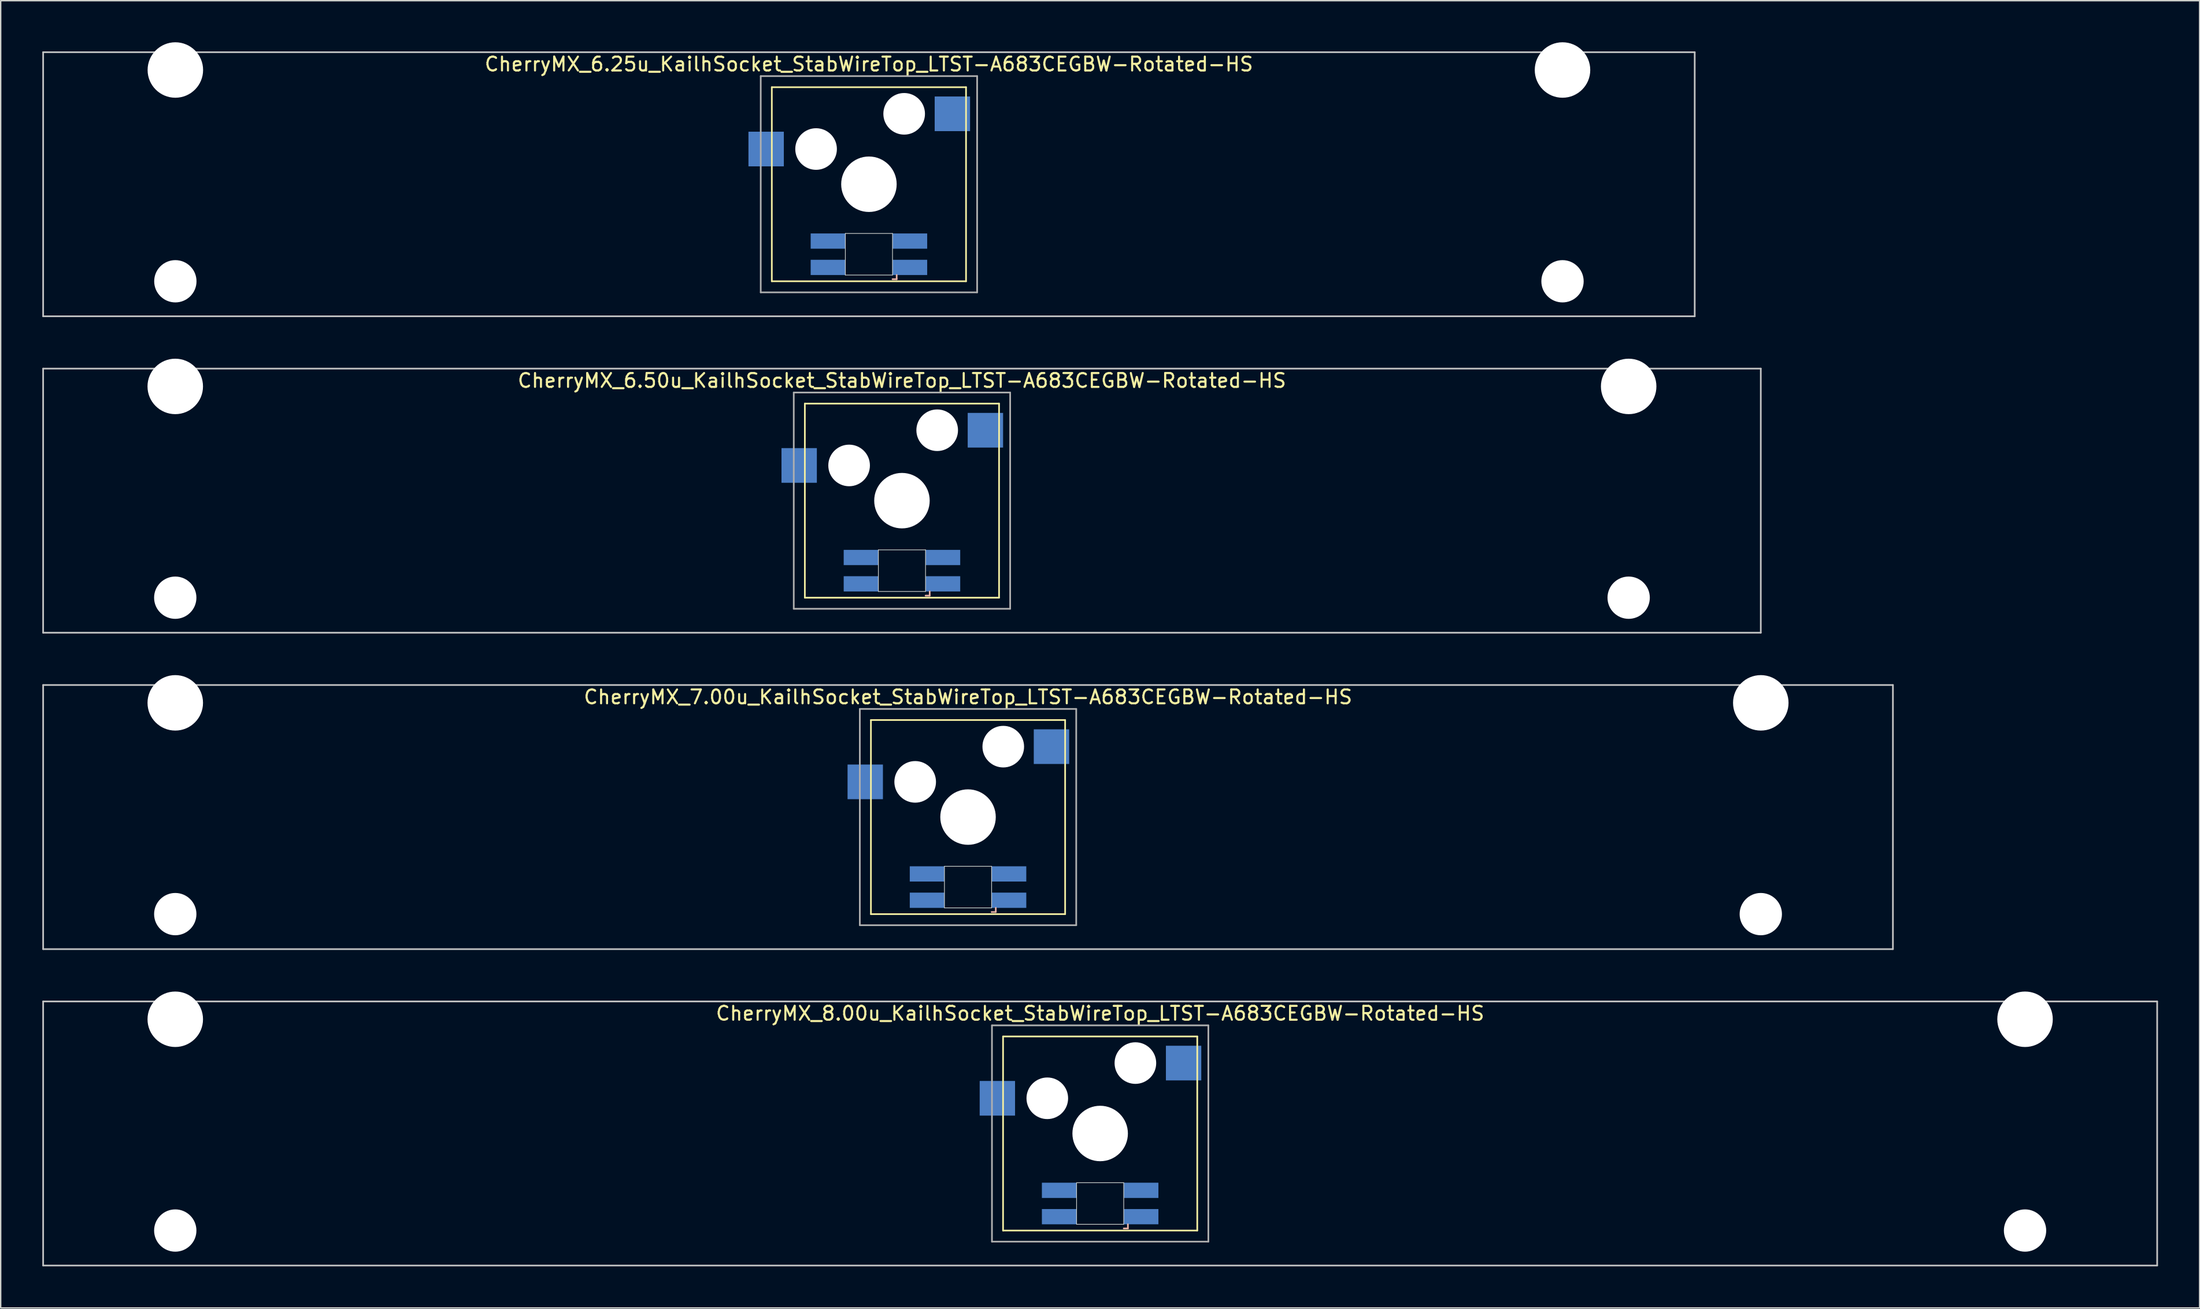
<source format=kicad_pcb>
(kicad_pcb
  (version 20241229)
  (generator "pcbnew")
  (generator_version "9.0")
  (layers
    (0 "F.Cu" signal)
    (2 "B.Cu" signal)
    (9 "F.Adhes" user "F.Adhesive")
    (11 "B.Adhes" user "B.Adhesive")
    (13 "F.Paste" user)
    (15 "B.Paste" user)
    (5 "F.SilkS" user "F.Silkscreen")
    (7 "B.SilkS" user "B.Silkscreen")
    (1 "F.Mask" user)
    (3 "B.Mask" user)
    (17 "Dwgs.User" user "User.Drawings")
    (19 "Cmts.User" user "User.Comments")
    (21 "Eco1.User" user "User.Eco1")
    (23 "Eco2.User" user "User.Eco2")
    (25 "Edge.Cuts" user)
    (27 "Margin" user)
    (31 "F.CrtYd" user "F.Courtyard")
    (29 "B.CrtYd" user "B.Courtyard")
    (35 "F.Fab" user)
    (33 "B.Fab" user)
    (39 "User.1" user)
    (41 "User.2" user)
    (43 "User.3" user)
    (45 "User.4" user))
  (footprint "CherryMX_8.00u_KailhSocket_StabWireTop_LTST-A683CEGBW-Rotated-HS"
    (layer "F.Cu")
    (at 76.26 78.715)
    (property "Reference" "CherryMX_8.00u_KailhSocket_StabWireTop_LTST-A683CEGBW-Rotated-HS" (at 0 -8.662 0) (layer "F.SilkS") (effects (font (size 1 1) (thickness 0.15))))
    (attr through_hole)
    (fp_line (start -7 -7) (end -7 7) (stroke (width 0.12) (type solid)) (layer "F.SilkS"))
    (fp_line (start -7 -7) (end 7 -7) (stroke (width 0.12) (type solid)) (layer "F.SilkS"))
    (fp_line (start 7 -7) (end 7 7) (stroke (width 0.12) (type solid)) (layer "F.SilkS"))
    (fp_line (start 7 7) (end -7 7) (stroke (width 0.12) (type solid)) (layer "F.SilkS"))
    (fp_line (start 1.7 6.85) (end 2 6.85) (stroke (width 0.12) (type solid)) (layer "B.SilkS"))
    (fp_line (start 2 6.85) (end 2 6.55) (stroke (width 0.12) (type solid)) (layer "B.SilkS"))
    (fp_line (start -76.2 -9.525) (end 76.2 -9.525) (stroke (width 0.12) (type solid)) (layer "Dwgs.User"))
    (fp_line (start -76.2 9.525) (end -76.2 -9.525) (stroke (width 0.12) (type solid)) (layer "Dwgs.User"))
    (fp_line (start 76.2 -9.525) (end 76.2 9.525) (stroke (width 0.12) (type solid)) (layer "Dwgs.User"))
    (fp_line (start 76.2 9.525) (end -76.2 9.525) (stroke (width 0.12) (type solid)) (layer "Dwgs.User"))
    (fp_line (start -1.7 3.55) (end 1.7 3.55) (stroke (width 0.05) (type solid)) (layer "Edge.Cuts"))
    (fp_line (start -1.7 6.55) (end -1.7 3.55) (stroke (width 0.05) (type solid)) (layer "Edge.Cuts"))
    (fp_line (start 1.7 3.55) (end 1.7 6.55) (stroke (width 0.05) (type solid)) (layer "Edge.Cuts"))
    (fp_line (start 1.7 6.55) (end -1.7 6.55) (stroke (width 0.05) (type solid)) (layer "Edge.Cuts"))
    (fp_line (start -7.8 -7.8) (end -7.8 7.8) (stroke (width 0.12) (type solid)) (layer "F.Fab"))
    (fp_line (start -7.8 -7.8) (end 7.8 -7.8) (stroke (width 0.12) (type solid)) (layer "F.Fab"))
    (fp_line (start -7.8 7.8) (end 7.8 7.8) (stroke (width 0.12) (type solid)) (layer "F.Fab"))
    (fp_line (start 7.8 -7.8) (end 7.8 7.8) (stroke (width 0.12) (type solid)) (layer "F.Fab"))
    (pad "" np_thru_hole circle (at -66.675 -8.24) (size 4 4) (drill 4) (layers "*.Cu" "*.Mask"))
    (pad "" np_thru_hole circle (at -66.675 7) (size 3.05 3.05) (drill 3.05) (layers "*.Cu" "*.Mask"))
    (pad "" np_thru_hole circle (at -3.81 -2.54) (size 3 3) (drill 3) (layers "*.Cu" "*.Mask"))
    (pad "" np_thru_hole circle (at 0 0) (size 4 4) (drill 4) (layers "*.Cu" "*.Mask"))
    (pad "" np_thru_hole circle (at 2.54 -5.08) (size 3 3) (drill 3) (layers "*.Cu" "*.Mask"))
    (pad "" np_thru_hole circle (at 66.675 -8.24) (size 4 4) (drill 4) (layers "*.Cu" "*.Mask"))
    (pad "" np_thru_hole circle (at 66.675 7) (size 3.05 3.05) (drill 3.05) (layers "*.Cu" "*.Mask"))
    (pad "1" smd rect (at -7.41 -2.54) (size 2.55 2.5) (layers "B.Cu" "B.Mask" "B.Paste"))
    (pad "2" smd rect (at 6.015 -5.08) (size 2.55 2.5) (layers "B.Cu" "B.Mask" "B.Paste"))
    (pad "3" smd rect (at 2.95 6) (size 2.5 1.1) (layers "B.Cu" "B.Mask" "B.Paste"))
    (pad "4" smd rect (at 2.95 4.1) (size 2.5 1.1) (layers "B.Cu" "B.Mask" "B.Paste"))
    (pad "5" smd rect (at -2.95 6) (size 2.5 1.1) (layers "B.Cu" "B.Mask" "B.Paste"))
    (pad "6" smd rect (at -2.95 4.1) (size 2.5 1.1) (layers "B.Cu" "B.Mask" "B.Paste")))
  (footprint "CherryMX_6.50u_KailhSocket_StabWireTop_LTST-A683CEGBW-Rotated-HS"
    (layer "F.Cu")
    (at 61.972 33.065)
    (property "Reference" "CherryMX_6.50u_KailhSocket_StabWireTop_LTST-A683CEGBW-Rotated-HS" (at 0 -8.662 0) (layer "F.SilkS") (effects (font (size 1 1) (thickness 0.15))))
    (attr through_hole)
    (fp_line (start -7 -7) (end -7 7) (stroke (width 0.12) (type solid)) (layer "F.SilkS"))
    (fp_line (start -7 -7) (end 7 -7) (stroke (width 0.12) (type solid)) (layer "F.SilkS"))
    (fp_line (start 7 -7) (end 7 7) (stroke (width 0.12) (type solid)) (layer "F.SilkS"))
    (fp_line (start 7 7) (end -7 7) (stroke (width 0.12) (type solid)) (layer "F.SilkS"))
    (fp_line (start 1.7 6.85) (end 2 6.85) (stroke (width 0.12) (type solid)) (layer "B.SilkS"))
    (fp_line (start 2 6.85) (end 2 6.55) (stroke (width 0.12) (type solid)) (layer "B.SilkS"))
    (fp_line (start -61.913 -9.525) (end 61.913 -9.525) (stroke (width 0.12) (type solid)) (layer "Dwgs.User"))
    (fp_line (start -61.913 9.525) (end -61.913 -9.525) (stroke (width 0.12) (type solid)) (layer "Dwgs.User"))
    (fp_line (start 61.913 -9.525) (end 61.913 9.525) (stroke (width 0.12) (type solid)) (layer "Dwgs.User"))
    (fp_line (start 61.913 9.525) (end -61.913 9.525) (stroke (width 0.12) (type solid)) (layer "Dwgs.User"))
    (fp_line (start -1.7 3.55) (end 1.7 3.55) (stroke (width 0.05) (type solid)) (layer "Edge.Cuts"))
    (fp_line (start -1.7 6.55) (end -1.7 3.55) (stroke (width 0.05) (type solid)) (layer "Edge.Cuts"))
    (fp_line (start 1.7 3.55) (end 1.7 6.55) (stroke (width 0.05) (type solid)) (layer "Edge.Cuts"))
    (fp_line (start 1.7 6.55) (end -1.7 6.55) (stroke (width 0.05) (type solid)) (layer "Edge.Cuts"))
    (fp_line (start -7.8 -7.8) (end -7.8 7.8) (stroke (width 0.12) (type solid)) (layer "F.Fab"))
    (fp_line (start -7.8 -7.8) (end 7.8 -7.8) (stroke (width 0.12) (type solid)) (layer "F.Fab"))
    (fp_line (start -7.8 7.8) (end 7.8 7.8) (stroke (width 0.12) (type solid)) (layer "F.Fab"))
    (fp_line (start 7.8 -7.8) (end 7.8 7.8) (stroke (width 0.12) (type solid)) (layer "F.Fab"))
    (pad "" np_thru_hole circle (at -52.388 -8.24) (size 4 4) (drill 4) (layers "*.Cu" "*.Mask"))
    (pad "" np_thru_hole circle (at -52.388 7) (size 3.05 3.05) (drill 3.05) (layers "*.Cu" "*.Mask"))
    (pad "" np_thru_hole circle (at -3.81 -2.54) (size 3 3) (drill 3) (layers "*.Cu" "*.Mask"))
    (pad "" np_thru_hole circle (at 0 0) (size 4 4) (drill 4) (layers "*.Cu" "*.Mask"))
    (pad "" np_thru_hole circle (at 2.54 -5.08) (size 3 3) (drill 3) (layers "*.Cu" "*.Mask"))
    (pad "" np_thru_hole circle (at 52.388 -8.24) (size 4 4) (drill 4) (layers "*.Cu" "*.Mask"))
    (pad "" np_thru_hole circle (at 52.388 7) (size 3.05 3.05) (drill 3.05) (layers "*.Cu" "*.Mask"))
    (pad "1" smd rect (at -7.41 -2.54) (size 2.55 2.5) (layers "B.Cu" "B.Mask" "B.Paste"))
    (pad "2" smd rect (at 6.015 -5.08) (size 2.55 2.5) (layers "B.Cu" "B.Mask" "B.Paste"))
    (pad "3" smd rect (at 2.95 6) (size 2.5 1.1) (layers "B.Cu" "B.Mask" "B.Paste"))
    (pad "4" smd rect (at 2.95 4.1) (size 2.5 1.1) (layers "B.Cu" "B.Mask" "B.Paste"))
    (pad "5" smd rect (at -2.95 6) (size 2.5 1.1) (layers "B.Cu" "B.Mask" "B.Paste"))
    (pad "6" smd rect (at -2.95 4.1) (size 2.5 1.1) (layers "B.Cu" "B.Mask" "B.Paste")))
  (footprint "CherryMX_6.25u_KailhSocket_StabWireTop_LTST-A683CEGBW-Rotated-HS"
    (layer "F.Cu")
    (at 59.591 10.24)
    (property "Reference" "CherryMX_6.25u_KailhSocket_StabWireTop_LTST-A683CEGBW-Rotated-HS" (at 0 -8.662 0) (layer "F.SilkS") (effects (font (size 1 1) (thickness 0.15))))
    (attr through_hole)
    (fp_line (start -7 -7) (end -7 7) (stroke (width 0.12) (type solid)) (layer "F.SilkS"))
    (fp_line (start -7 -7) (end 7 -7) (stroke (width 0.12) (type solid)) (layer "F.SilkS"))
    (fp_line (start 7 -7) (end 7 7) (stroke (width 0.12) (type solid)) (layer "F.SilkS"))
    (fp_line (start 7 7) (end -7 7) (stroke (width 0.12) (type solid)) (layer "F.SilkS"))
    (fp_line (start 1.7 6.85) (end 2 6.85) (stroke (width 0.12) (type solid)) (layer "B.SilkS"))
    (fp_line (start 2 6.85) (end 2 6.55) (stroke (width 0.12) (type solid)) (layer "B.SilkS"))
    (fp_line (start -59.531 -9.525) (end 59.531 -9.525) (stroke (width 0.12) (type solid)) (layer "Dwgs.User"))
    (fp_line (start -59.531 9.525) (end -59.531 -9.525) (stroke (width 0.12) (type solid)) (layer "Dwgs.User"))
    (fp_line (start 59.531 -9.525) (end 59.531 9.525) (stroke (width 0.12) (type solid)) (layer "Dwgs.User"))
    (fp_line (start 59.531 9.525) (end -59.531 9.525) (stroke (width 0.12) (type solid)) (layer "Dwgs.User"))
    (fp_line (start -1.7 3.55) (end 1.7 3.55) (stroke (width 0.05) (type solid)) (layer "Edge.Cuts"))
    (fp_line (start -1.7 6.55) (end -1.7 3.55) (stroke (width 0.05) (type solid)) (layer "Edge.Cuts"))
    (fp_line (start 1.7 3.55) (end 1.7 6.55) (stroke (width 0.05) (type solid)) (layer "Edge.Cuts"))
    (fp_line (start 1.7 6.55) (end -1.7 6.55) (stroke (width 0.05) (type solid)) (layer "Edge.Cuts"))
    (fp_line (start -7.8 -7.8) (end -7.8 7.8) (stroke (width 0.12) (type solid)) (layer "F.Fab"))
    (fp_line (start -7.8 -7.8) (end 7.8 -7.8) (stroke (width 0.12) (type solid)) (layer "F.Fab"))
    (fp_line (start -7.8 7.8) (end 7.8 7.8) (stroke (width 0.12) (type solid)) (layer "F.Fab"))
    (fp_line (start 7.8 -7.8) (end 7.8 7.8) (stroke (width 0.12) (type solid)) (layer "F.Fab"))
    (pad "" np_thru_hole circle (at -50 -8.24) (size 4 4) (drill 4) (layers "*.Cu" "*.Mask"))
    (pad "" np_thru_hole circle (at -50 7) (size 3.05 3.05) (drill 3.05) (layers "*.Cu" "*.Mask"))
    (pad "" np_thru_hole circle (at -3.81 -2.54) (size 3 3) (drill 3) (layers "*.Cu" "*.Mask"))
    (pad "" np_thru_hole circle (at 0 0) (size 4 4) (drill 4) (layers "*.Cu" "*.Mask"))
    (pad "" np_thru_hole circle (at 2.54 -5.08) (size 3 3) (drill 3) (layers "*.Cu" "*.Mask"))
    (pad "" np_thru_hole circle (at 50 -8.24) (size 4 4) (drill 4) (layers "*.Cu" "*.Mask"))
    (pad "" np_thru_hole circle (at 50 7) (size 3.05 3.05) (drill 3.05) (layers "*.Cu" "*.Mask"))
    (pad "1" smd rect (at -7.41 -2.54) (size 2.55 2.5) (layers "B.Cu" "B.Mask" "B.Paste"))
    (pad "2" smd rect (at 6.015 -5.08) (size 2.55 2.5) (layers "B.Cu" "B.Mask" "B.Paste"))
    (pad "3" smd rect (at 2.95 6) (size 2.5 1.1) (layers "B.Cu" "B.Mask" "B.Paste"))
    (pad "4" smd rect (at 2.95 4.1) (size 2.5 1.1) (layers "B.Cu" "B.Mask" "B.Paste"))
    (pad "5" smd rect (at -2.95 6) (size 2.5 1.1) (layers "B.Cu" "B.Mask" "B.Paste"))
    (pad "6" smd rect (at -2.95 4.1) (size 2.5 1.1) (layers "B.Cu" "B.Mask" "B.Paste")))
  (footprint "CherryMX_7.00u_KailhSocket_StabWireTop_LTST-A683CEGBW-Rotated-HS"
    (layer "F.Cu")
    (at 66.735 55.89)
    (property "Reference" "CherryMX_7.00u_KailhSocket_StabWireTop_LTST-A683CEGBW-Rotated-HS" (at 0 -8.662 0) (layer "F.SilkS") (effects (font (size 1 1) (thickness 0.15))))
    (attr through_hole)
    (fp_line (start -7 -7) (end -7 7) (stroke (width 0.12) (type solid)) (layer "F.SilkS"))
    (fp_line (start -7 -7) (end 7 -7) (stroke (width 0.12) (type solid)) (layer "F.SilkS"))
    (fp_line (start 7 -7) (end 7 7) (stroke (width 0.12) (type solid)) (layer "F.SilkS"))
    (fp_line (start 7 7) (end -7 7) (stroke (width 0.12) (type solid)) (layer "F.SilkS"))
    (fp_line (start 1.7 6.85) (end 2 6.85) (stroke (width 0.12) (type solid)) (layer "B.SilkS"))
    (fp_line (start 2 6.85) (end 2 6.55) (stroke (width 0.12) (type solid)) (layer "B.SilkS"))
    (fp_line (start -66.675 -9.525) (end 66.675 -9.525) (stroke (width 0.12) (type solid)) (layer "Dwgs.User"))
    (fp_line (start -66.675 9.525) (end -66.675 -9.525) (stroke (width 0.12) (type solid)) (layer "Dwgs.User"))
    (fp_line (start 66.675 -9.525) (end 66.675 9.525) (stroke (width 0.12) (type solid)) (layer "Dwgs.User"))
    (fp_line (start 66.675 9.525) (end -66.675 9.525) (stroke (width 0.12) (type solid)) (layer "Dwgs.User"))
    (fp_line (start -1.7 3.55) (end 1.7 3.55) (stroke (width 0.05) (type solid)) (layer "Edge.Cuts"))
    (fp_line (start -1.7 6.55) (end -1.7 3.55) (stroke (width 0.05) (type solid)) (layer "Edge.Cuts"))
    (fp_line (start 1.7 3.55) (end 1.7 6.55) (stroke (width 0.05) (type solid)) (layer "Edge.Cuts"))
    (fp_line (start 1.7 6.55) (end -1.7 6.55) (stroke (width 0.05) (type solid)) (layer "Edge.Cuts"))
    (fp_line (start -7.8 -7.8) (end -7.8 7.8) (stroke (width 0.12) (type solid)) (layer "F.Fab"))
    (fp_line (start -7.8 -7.8) (end 7.8 -7.8) (stroke (width 0.12) (type solid)) (layer "F.Fab"))
    (fp_line (start -7.8 7.8) (end 7.8 7.8) (stroke (width 0.12) (type solid)) (layer "F.Fab"))
    (fp_line (start 7.8 -7.8) (end 7.8 7.8) (stroke (width 0.12) (type solid)) (layer "F.Fab"))
    (pad "" np_thru_hole circle (at -57.15 -8.24) (size 4 4) (drill 4) (layers "*.Cu" "*.Mask"))
    (pad "" np_thru_hole circle (at -57.15 7) (size 3.05 3.05) (drill 3.05) (layers "*.Cu" "*.Mask"))
    (pad "" np_thru_hole circle (at -3.81 -2.54) (size 3 3) (drill 3) (layers "*.Cu" "*.Mask"))
    (pad "" np_thru_hole circle (at 0 0) (size 4 4) (drill 4) (layers "*.Cu" "*.Mask"))
    (pad "" np_thru_hole circle (at 2.54 -5.08) (size 3 3) (drill 3) (layers "*.Cu" "*.Mask"))
    (pad "" np_thru_hole circle (at 57.15 -8.24) (size 4 4) (drill 4) (layers "*.Cu" "*.Mask"))
    (pad "" np_thru_hole circle (at 57.15 7) (size 3.05 3.05) (drill 3.05) (layers "*.Cu" "*.Mask"))
    (pad "1" smd rect (at -7.41 -2.54) (size 2.55 2.5) (layers "B.Cu" "B.Mask" "B.Paste"))
    (pad "2" smd rect (at 6.015 -5.08) (size 2.55 2.5) (layers "B.Cu" "B.Mask" "B.Paste"))
    (pad "3" smd rect (at 2.95 6) (size 2.5 1.1) (layers "B.Cu" "B.Mask" "B.Paste"))
    (pad "4" smd rect (at 2.95 4.1) (size 2.5 1.1) (layers "B.Cu" "B.Mask" "B.Paste"))
    (pad "5" smd rect (at -2.95 6) (size 2.5 1.1) (layers "B.Cu" "B.Mask" "B.Paste"))
    (pad "6" smd rect (at -2.95 4.1) (size 2.5 1.1) (layers "B.Cu" "B.Mask" "B.Paste")))
  (gr_rect
    (start -3 -3)
    (end 155.52 91.3)
    (stroke (width 0.1) (type default))
    (fill no)
    (layer "Edge.Cuts")))
</source>
